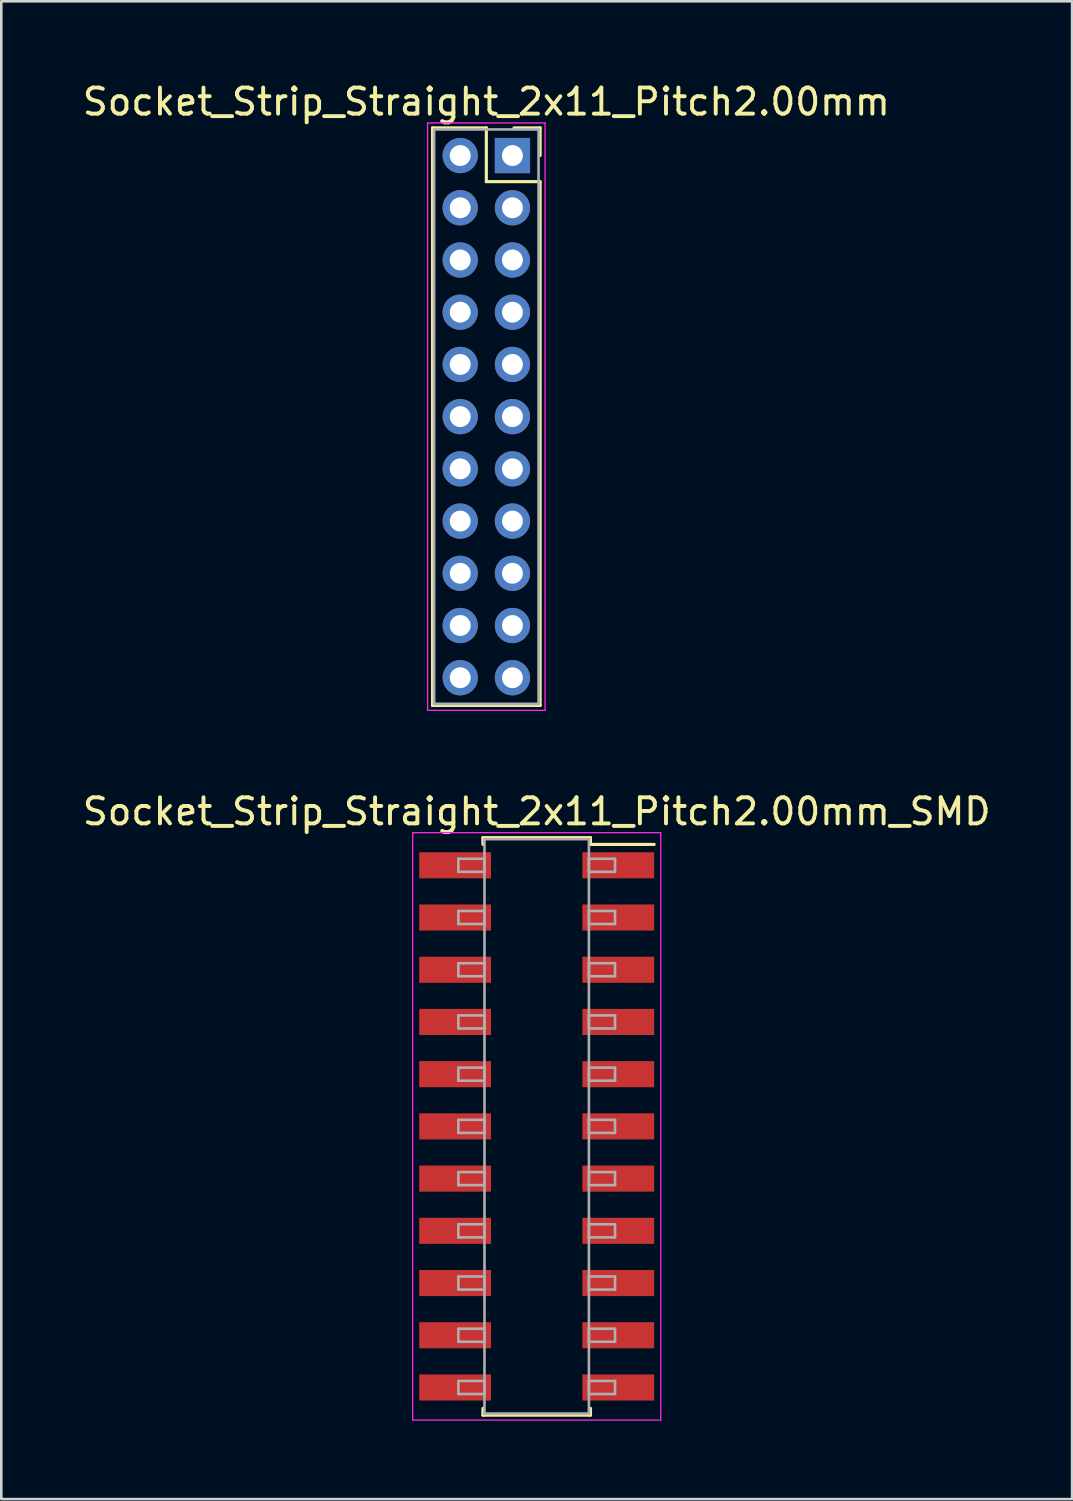
<source format=kicad_pcb>
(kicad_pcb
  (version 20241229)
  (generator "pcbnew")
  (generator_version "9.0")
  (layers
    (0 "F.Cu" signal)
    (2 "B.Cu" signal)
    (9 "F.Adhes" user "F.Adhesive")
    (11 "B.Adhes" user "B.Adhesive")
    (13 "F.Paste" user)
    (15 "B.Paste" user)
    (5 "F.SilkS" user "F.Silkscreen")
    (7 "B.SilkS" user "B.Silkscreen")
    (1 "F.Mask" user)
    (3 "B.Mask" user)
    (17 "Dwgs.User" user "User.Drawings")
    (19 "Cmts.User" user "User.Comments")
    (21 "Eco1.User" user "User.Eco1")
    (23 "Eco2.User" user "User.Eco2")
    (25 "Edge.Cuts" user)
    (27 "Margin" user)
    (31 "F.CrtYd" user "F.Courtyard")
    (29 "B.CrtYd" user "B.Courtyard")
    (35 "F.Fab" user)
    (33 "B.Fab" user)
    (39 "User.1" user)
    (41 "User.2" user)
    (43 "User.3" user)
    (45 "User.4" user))
  (footprint "Socket_Strip_Straight_2x11_Pitch2.00mm_SMD"
    (layer "F.Cu")
    (at 17.506 40.092)
    (property "Reference" "Socket_Strip_Straight_2x11_Pitch2.00mm_SMD" (at 0 -12.06 0) (layer "F.SilkS") (effects (font (size 1 1) (thickness 0.15))))
    (attr smd)
    (fp_line (start -2.06 -11.06) (end 2.06 -11.06) (stroke (width 0.12) (type solid)) (layer "F.SilkS"))
    (fp_line (start -2.06 -10.8) (end -2.06 -11.06) (stroke (width 0.12) (type solid)) (layer "F.SilkS"))
    (fp_line (start -2.06 10.8) (end -2.06 11.06) (stroke (width 0.12) (type solid)) (layer "F.SilkS"))
    (fp_line (start -2.06 11.06) (end 2.06 11.06) (stroke (width 0.12) (type solid)) (layer "F.SilkS"))
    (fp_line (start 2.06 -11.06) (end 2.06 -10.8) (stroke (width 0.12) (type solid)) (layer "F.SilkS"))
    (fp_line (start 2.06 11.06) (end 2.06 10.8) (stroke (width 0.12) (type solid)) (layer "F.SilkS"))
    (fp_line (start 4.5 -10.8) (end 2.06 -10.8) (stroke (width 0.12) (type solid)) (layer "F.SilkS"))
    (fp_line (start -4.75 -11.25) (end -4.75 11.25) (stroke (width 0.05) (type solid)) (layer "F.CrtYd"))
    (fp_line (start -4.75 11.25) (end 4.75 11.25) (stroke (width 0.05) (type solid)) (layer "F.CrtYd"))
    (fp_line (start 4.75 -11.25) (end -4.75 -11.25) (stroke (width 0.05) (type solid)) (layer "F.CrtYd"))
    (fp_line (start 4.75 11.25) (end 4.75 -11.25) (stroke (width 0.05) (type solid)) (layer "F.CrtYd"))
    (fp_line (start -3 -10.25) (end -2 -10.25) (stroke (width 0.1) (type solid)) (layer "F.Fab"))
    (fp_line (start -3 -9.75) (end -3 -10.25) (stroke (width 0.1) (type solid)) (layer "F.Fab"))
    (fp_line (start -3 -8.25) (end -2 -8.25) (stroke (width 0.1) (type solid)) (layer "F.Fab"))
    (fp_line (start -3 -7.75) (end -3 -8.25) (stroke (width 0.1) (type solid)) (layer "F.Fab"))
    (fp_line (start -3 -6.25) (end -2 -6.25) (stroke (width 0.1) (type solid)) (layer "F.Fab"))
    (fp_line (start -3 -5.75) (end -3 -6.25) (stroke (width 0.1) (type solid)) (layer "F.Fab"))
    (fp_line (start -3 -4.25) (end -2 -4.25) (stroke (width 0.1) (type solid)) (layer "F.Fab"))
    (fp_line (start -3 -3.75) (end -3 -4.25) (stroke (width 0.1) (type solid)) (layer "F.Fab"))
    (fp_line (start -3 -2.25) (end -2 -2.25) (stroke (width 0.1) (type solid)) (layer "F.Fab"))
    (fp_line (start -3 -1.75) (end -3 -2.25) (stroke (width 0.1) (type solid)) (layer "F.Fab"))
    (fp_line (start -3 -0.25) (end -2 -0.25) (stroke (width 0.1) (type solid)) (layer "F.Fab"))
    (fp_line (start -3 0.25) (end -3 -0.25) (stroke (width 0.1) (type solid)) (layer "F.Fab"))
    (fp_line (start -3 1.75) (end -2 1.75) (stroke (width 0.1) (type solid)) (layer "F.Fab"))
    (fp_line (start -3 2.25) (end -3 1.75) (stroke (width 0.1) (type solid)) (layer "F.Fab"))
    (fp_line (start -3 3.75) (end -2 3.75) (stroke (width 0.1) (type solid)) (layer "F.Fab"))
    (fp_line (start -3 4.25) (end -3 3.75) (stroke (width 0.1) (type solid)) (layer "F.Fab"))
    (fp_line (start -3 5.75) (end -2 5.75) (stroke (width 0.1) (type solid)) (layer "F.Fab"))
    (fp_line (start -3 6.25) (end -3 5.75) (stroke (width 0.1) (type solid)) (layer "F.Fab"))
    (fp_line (start -3 7.75) (end -2 7.75) (stroke (width 0.1) (type solid)) (layer "F.Fab"))
    (fp_line (start -3 8.25) (end -3 7.75) (stroke (width 0.1) (type solid)) (layer "F.Fab"))
    (fp_line (start -3 9.75) (end -2 9.75) (stroke (width 0.1) (type solid)) (layer "F.Fab"))
    (fp_line (start -3 10.25) (end -3 9.75) (stroke (width 0.1) (type solid)) (layer "F.Fab"))
    (fp_line (start -2 -11) (end -2 11) (stroke (width 0.1) (type solid)) (layer "F.Fab"))
    (fp_line (start -2 -10.25) (end -2 -9.75) (stroke (width 0.1) (type solid)) (layer "F.Fab"))
    (fp_line (start -2 -9.75) (end -3 -9.75) (stroke (width 0.1) (type solid)) (layer "F.Fab"))
    (fp_line (start -2 -8.25) (end -2 -7.75) (stroke (width 0.1) (type solid)) (layer "F.Fab"))
    (fp_line (start -2 -7.75) (end -3 -7.75) (stroke (width 0.1) (type solid)) (layer "F.Fab"))
    (fp_line (start -2 -6.25) (end -2 -5.75) (stroke (width 0.1) (type solid)) (layer "F.Fab"))
    (fp_line (start -2 -5.75) (end -3 -5.75) (stroke (width 0.1) (type solid)) (layer "F.Fab"))
    (fp_line (start -2 -4.25) (end -2 -3.75) (stroke (width 0.1) (type solid)) (layer "F.Fab"))
    (fp_line (start -2 -3.75) (end -3 -3.75) (stroke (width 0.1) (type solid)) (layer "F.Fab"))
    (fp_line (start -2 -2.25) (end -2 -1.75) (stroke (width 0.1) (type solid)) (layer "F.Fab"))
    (fp_line (start -2 -1.75) (end -3 -1.75) (stroke (width 0.1) (type solid)) (layer "F.Fab"))
    (fp_line (start -2 -0.25) (end -2 0.25) (stroke (width 0.1) (type solid)) (layer "F.Fab"))
    (fp_line (start -2 0.25) (end -3 0.25) (stroke (width 0.1) (type solid)) (layer "F.Fab"))
    (fp_line (start -2 1.75) (end -2 2.25) (stroke (width 0.1) (type solid)) (layer "F.Fab"))
    (fp_line (start -2 2.25) (end -3 2.25) (stroke (width 0.1) (type solid)) (layer "F.Fab"))
    (fp_line (start -2 3.75) (end -2 4.25) (stroke (width 0.1) (type solid)) (layer "F.Fab"))
    (fp_line (start -2 4.25) (end -3 4.25) (stroke (width 0.1) (type solid)) (layer "F.Fab"))
    (fp_line (start -2 5.75) (end -2 6.25) (stroke (width 0.1) (type solid)) (layer "F.Fab"))
    (fp_line (start -2 6.25) (end -3 6.25) (stroke (width 0.1) (type solid)) (layer "F.Fab"))
    (fp_line (start -2 7.75) (end -2 8.25) (stroke (width 0.1) (type solid)) (layer "F.Fab"))
    (fp_line (start -2 8.25) (end -3 8.25) (stroke (width 0.1) (type solid)) (layer "F.Fab"))
    (fp_line (start -2 9.75) (end -2 10.25) (stroke (width 0.1) (type solid)) (layer "F.Fab"))
    (fp_line (start -2 10.25) (end -3 10.25) (stroke (width 0.1) (type solid)) (layer "F.Fab"))
    (fp_line (start -2 11) (end 2 11) (stroke (width 0.1) (type solid)) (layer "F.Fab"))
    (fp_line (start 2 -11) (end -2 -11) (stroke (width 0.1) (type solid)) (layer "F.Fab"))
    (fp_line (start 2 -10.25) (end 2 -9.75) (stroke (width 0.1) (type solid)) (layer "F.Fab"))
    (fp_line (start 2 -9.75) (end 3 -9.75) (stroke (width 0.1) (type solid)) (layer "F.Fab"))
    (fp_line (start 2 -8.25) (end 2 -7.75) (stroke (width 0.1) (type solid)) (layer "F.Fab"))
    (fp_line (start 2 -7.75) (end 3 -7.75) (stroke (width 0.1) (type solid)) (layer "F.Fab"))
    (fp_line (start 2 -6.25) (end 2 -5.75) (stroke (width 0.1) (type solid)) (layer "F.Fab"))
    (fp_line (start 2 -5.75) (end 3 -5.75) (stroke (width 0.1) (type solid)) (layer "F.Fab"))
    (fp_line (start 2 -4.25) (end 2 -3.75) (stroke (width 0.1) (type solid)) (layer "F.Fab"))
    (fp_line (start 2 -3.75) (end 3 -3.75) (stroke (width 0.1) (type solid)) (layer "F.Fab"))
    (fp_line (start 2 -2.25) (end 2 -1.75) (stroke (width 0.1) (type solid)) (layer "F.Fab"))
    (fp_line (start 2 -1.75) (end 3 -1.75) (stroke (width 0.1) (type solid)) (layer "F.Fab"))
    (fp_line (start 2 -0.25) (end 2 0.25) (stroke (width 0.1) (type solid)) (layer "F.Fab"))
    (fp_line (start 2 0.25) (end 3 0.25) (stroke (width 0.1) (type solid)) (layer "F.Fab"))
    (fp_line (start 2 1.75) (end 2 2.25) (stroke (width 0.1) (type solid)) (layer "F.Fab"))
    (fp_line (start 2 2.25) (end 3 2.25) (stroke (width 0.1) (type solid)) (layer "F.Fab"))
    (fp_line (start 2 3.75) (end 2 4.25) (stroke (width 0.1) (type solid)) (layer "F.Fab"))
    (fp_line (start 2 4.25) (end 3 4.25) (stroke (width 0.1) (type solid)) (layer "F.Fab"))
    (fp_line (start 2 5.75) (end 2 6.25) (stroke (width 0.1) (type solid)) (layer "F.Fab"))
    (fp_line (start 2 6.25) (end 3 6.25) (stroke (width 0.1) (type solid)) (layer "F.Fab"))
    (fp_line (start 2 7.75) (end 2 8.25) (stroke (width 0.1) (type solid)) (layer "F.Fab"))
    (fp_line (start 2 8.25) (end 3 8.25) (stroke (width 0.1) (type solid)) (layer "F.Fab"))
    (fp_line (start 2 9.75) (end 2 10.25) (stroke (width 0.1) (type solid)) (layer "F.Fab"))
    (fp_line (start 2 10.25) (end 3 10.25) (stroke (width 0.1) (type solid)) (layer "F.Fab"))
    (fp_line (start 2 11) (end 2 -11) (stroke (width 0.1) (type solid)) (layer "F.Fab"))
    (fp_line (start 3 -10.25) (end 2 -10.25) (stroke (width 0.1) (type solid)) (layer "F.Fab"))
    (fp_line (start 3 -9.75) (end 3 -10.25) (stroke (width 0.1) (type solid)) (layer "F.Fab"))
    (fp_line (start 3 -8.25) (end 2 -8.25) (stroke (width 0.1) (type solid)) (layer "F.Fab"))
    (fp_line (start 3 -7.75) (end 3 -8.25) (stroke (width 0.1) (type solid)) (layer "F.Fab"))
    (fp_line (start 3 -6.25) (end 2 -6.25) (stroke (width 0.1) (type solid)) (layer "F.Fab"))
    (fp_line (start 3 -5.75) (end 3 -6.25) (stroke (width 0.1) (type solid)) (layer "F.Fab"))
    (fp_line (start 3 -4.25) (end 2 -4.25) (stroke (width 0.1) (type solid)) (layer "F.Fab"))
    (fp_line (start 3 -3.75) (end 3 -4.25) (stroke (width 0.1) (type solid)) (layer "F.Fab"))
    (fp_line (start 3 -2.25) (end 2 -2.25) (stroke (width 0.1) (type solid)) (layer "F.Fab"))
    (fp_line (start 3 -1.75) (end 3 -2.25) (stroke (width 0.1) (type solid)) (layer "F.Fab"))
    (fp_line (start 3 -0.25) (end 2 -0.25) (stroke (width 0.1) (type solid)) (layer "F.Fab"))
    (fp_line (start 3 0.25) (end 3 -0.25) (stroke (width 0.1) (type solid)) (layer "F.Fab"))
    (fp_line (start 3 1.75) (end 2 1.75) (stroke (width 0.1) (type solid)) (layer "F.Fab"))
    (fp_line (start 3 2.25) (end 3 1.75) (stroke (width 0.1) (type solid)) (layer "F.Fab"))
    (fp_line (start 3 3.75) (end 2 3.75) (stroke (width 0.1) (type solid)) (layer "F.Fab"))
    (fp_line (start 3 4.25) (end 3 3.75) (stroke (width 0.1) (type solid)) (layer "F.Fab"))
    (fp_line (start 3 5.75) (end 2 5.75) (stroke (width 0.1) (type solid)) (layer "F.Fab"))
    (fp_line (start 3 6.25) (end 3 5.75) (stroke (width 0.1) (type solid)) (layer "F.Fab"))
    (fp_line (start 3 7.75) (end 2 7.75) (stroke (width 0.1) (type solid)) (layer "F.Fab"))
    (fp_line (start 3 8.25) (end 3 7.75) (stroke (width 0.1) (type solid)) (layer "F.Fab"))
    (fp_line (start 3 9.75) (end 2 9.75) (stroke (width 0.1) (type solid)) (layer "F.Fab"))
    (fp_line (start 3 10.25) (end 3 9.75) (stroke (width 0.1) (type solid)) (layer "F.Fab"))
    (pad "1" smd rect (at 3.125 -10) (size 2.75 1) (layers "F.Cu" "F.Mask"))
    (pad "2" smd rect (at -3.125 -10) (size 2.75 1) (layers "F.Cu" "F.Mask"))
    (pad "3" smd rect (at 3.125 -8) (size 2.75 1) (layers "F.Cu" "F.Mask"))
    (pad "4" smd rect (at -3.125 -8) (size 2.75 1) (layers "F.Cu" "F.Mask"))
    (pad "5" smd rect (at 3.125 -6) (size 2.75 1) (layers "F.Cu" "F.Mask"))
    (pad "6" smd rect (at -3.125 -6) (size 2.75 1) (layers "F.Cu" "F.Mask"))
    (pad "7" smd rect (at 3.125 -4) (size 2.75 1) (layers "F.Cu" "F.Mask"))
    (pad "8" smd rect (at -3.125 -4) (size 2.75 1) (layers "F.Cu" "F.Mask"))
    (pad "9" smd rect (at 3.125 -2) (size 2.75 1) (layers "F.Cu" "F.Mask"))
    (pad "10" smd rect (at -3.125 -2) (size 2.75 1) (layers "F.Cu" "F.Mask"))
    (pad "11" smd rect (at 3.125 0) (size 2.75 1) (layers "F.Cu" "F.Mask"))
    (pad "12" smd rect (at -3.125 0) (size 2.75 1) (layers "F.Cu" "F.Mask"))
    (pad "13" smd rect (at 3.125 2) (size 2.75 1) (layers "F.Cu" "F.Mask"))
    (pad "14" smd rect (at -3.125 2) (size 2.75 1) (layers "F.Cu" "F.Mask"))
    (pad "15" smd rect (at 3.125 4) (size 2.75 1) (layers "F.Cu" "F.Mask"))
    (pad "16" smd rect (at -3.125 4) (size 2.75 1) (layers "F.Cu" "F.Mask"))
    (pad "17" smd rect (at 3.125 6) (size 2.75 1) (layers "F.Cu" "F.Mask"))
    (pad "18" smd rect (at -3.125 6) (size 2.75 1) (layers "F.Cu" "F.Mask"))
    (pad "19" smd rect (at 3.125 8) (size 2.75 1) (layers "F.Cu" "F.Mask"))
    (pad "20" smd rect (at -3.125 8) (size 2.75 1) (layers "F.Cu" "F.Mask"))
    (pad "21" smd rect (at 3.125 10) (size 2.75 1) (layers "F.Cu" "F.Mask"))
    (pad "22" smd rect (at -3.125 10) (size 2.75 1) (layers "F.Cu" "F.Mask")))
  (footprint "Socket_Strip_Straight_2x11_Pitch2.00mm"
    (layer "F.Cu")
    (at 16.577 2.908)
    (property "Reference" "Socket_Strip_Straight_2x11_Pitch2.00mm" (at -1 -2.06 0) (layer "F.SilkS") (effects (font (size 1 1) (thickness 0.15))))
    (attr through_hole)
    (fp_line (start -3.06 -1.06) (end -1 -1.06) (stroke (width 0.12) (type solid)) (layer "F.SilkS"))
    (fp_line (start -3.06 21.06) (end -3.06 -1.06) (stroke (width 0.12) (type solid)) (layer "F.SilkS"))
    (fp_line (start -1 -1.06) (end -1 1) (stroke (width 0.12) (type solid)) (layer "F.SilkS"))
    (fp_line (start -1 1) (end 1.06 1) (stroke (width 0.12) (type solid)) (layer "F.SilkS"))
    (fp_line (start 1.06 -1.06) (end 0.06 -1.06) (stroke (width 0.12) (type solid)) (layer "F.SilkS"))
    (fp_line (start 1.06 0) (end 1.06 -1.06) (stroke (width 0.12) (type solid)) (layer "F.SilkS"))
    (fp_line (start 1.06 1) (end 1.06 21.06) (stroke (width 0.12) (type solid)) (layer "F.SilkS"))
    (fp_line (start 1.06 21.06) (end -3.06 21.06) (stroke (width 0.12) (type solid)) (layer "F.SilkS"))
    (fp_line (start -3.25 -1.25) (end -3.25 21.25) (stroke (width 0.05) (type solid)) (layer "F.CrtYd"))
    (fp_line (start -3.25 21.25) (end 1.25 21.25) (stroke (width 0.05) (type solid)) (layer "F.CrtYd"))
    (fp_line (start 1.25 -1.25) (end -3.25 -1.25) (stroke (width 0.05) (type solid)) (layer "F.CrtYd"))
    (fp_line (start 1.25 21.25) (end 1.25 -1.25) (stroke (width 0.05) (type solid)) (layer "F.CrtYd"))
    (fp_line (start -3 -1) (end -3 21) (stroke (width 0.1) (type solid)) (layer "F.Fab"))
    (fp_line (start -3 21) (end 1 21) (stroke (width 0.1) (type solid)) (layer "F.Fab"))
    (fp_line (start 1 -1) (end -3 -1) (stroke (width 0.1) (type solid)) (layer "F.Fab"))
    (fp_line (start 1 21) (end 1 -1) (stroke (width 0.1) (type solid)) (layer "F.Fab"))
    (pad "1" thru_hole rect (at 0 0) (size 1.35 1.35) (drill 0.8) (layers "*.Cu" "*.Mask"))
    (pad "2" thru_hole oval (at -2 0) (size 1.35 1.35) (drill 0.8) (layers "*.Cu" "*.Mask"))
    (pad "3" thru_hole oval (at 0 2) (size 1.35 1.35) (drill 0.8) (layers "*.Cu" "*.Mask"))
    (pad "4" thru_hole oval (at -2 2) (size 1.35 1.35) (drill 0.8) (layers "*.Cu" "*.Mask"))
    (pad "5" thru_hole oval (at 0 4) (size 1.35 1.35) (drill 0.8) (layers "*.Cu" "*.Mask"))
    (pad "6" thru_hole oval (at -2 4) (size 1.35 1.35) (drill 0.8) (layers "*.Cu" "*.Mask"))
    (pad "7" thru_hole oval (at 0 6) (size 1.35 1.35) (drill 0.8) (layers "*.Cu" "*.Mask"))
    (pad "8" thru_hole oval (at -2 6) (size 1.35 1.35) (drill 0.8) (layers "*.Cu" "*.Mask"))
    (pad "9" thru_hole oval (at 0 8) (size 1.35 1.35) (drill 0.8) (layers "*.Cu" "*.Mask"))
    (pad "10" thru_hole oval (at -2 8) (size 1.35 1.35) (drill 0.8) (layers "*.Cu" "*.Mask"))
    (pad "11" thru_hole oval (at 0 10) (size 1.35 1.35) (drill 0.8) (layers "*.Cu" "*.Mask"))
    (pad "12" thru_hole oval (at -2 10) (size 1.35 1.35) (drill 0.8) (layers "*.Cu" "*.Mask"))
    (pad "13" thru_hole oval (at 0 12) (size 1.35 1.35) (drill 0.8) (layers "*.Cu" "*.Mask"))
    (pad "14" thru_hole oval (at -2 12) (size 1.35 1.35) (drill 0.8) (layers "*.Cu" "*.Mask"))
    (pad "15" thru_hole oval (at 0 14) (size 1.35 1.35) (drill 0.8) (layers "*.Cu" "*.Mask"))
    (pad "16" thru_hole oval (at -2 14) (size 1.35 1.35) (drill 0.8) (layers "*.Cu" "*.Mask"))
    (pad "17" thru_hole oval (at 0 16) (size 1.35 1.35) (drill 0.8) (layers "*.Cu" "*.Mask"))
    (pad "18" thru_hole oval (at -2 16) (size 1.35 1.35) (drill 0.8) (layers "*.Cu" "*.Mask"))
    (pad "19" thru_hole oval (at 0 18) (size 1.35 1.35) (drill 0.8) (layers "*.Cu" "*.Mask"))
    (pad "20" thru_hole oval (at -2 18) (size 1.35 1.35) (drill 0.8) (layers "*.Cu" "*.Mask"))
    (pad "21" thru_hole oval (at 0 20) (size 1.35 1.35) (drill 0.8) (layers "*.Cu" "*.Mask"))
    (pad "22" thru_hole oval (at -2 20) (size 1.35 1.35) (drill 0.8) (layers "*.Cu" "*.Mask")))
  (gr_rect
    (start -3 -3)
    (end 38.012 54.367)
    (stroke (width 0.1) (type default))
    (fill no)
    (layer "Edge.Cuts")))
</source>
